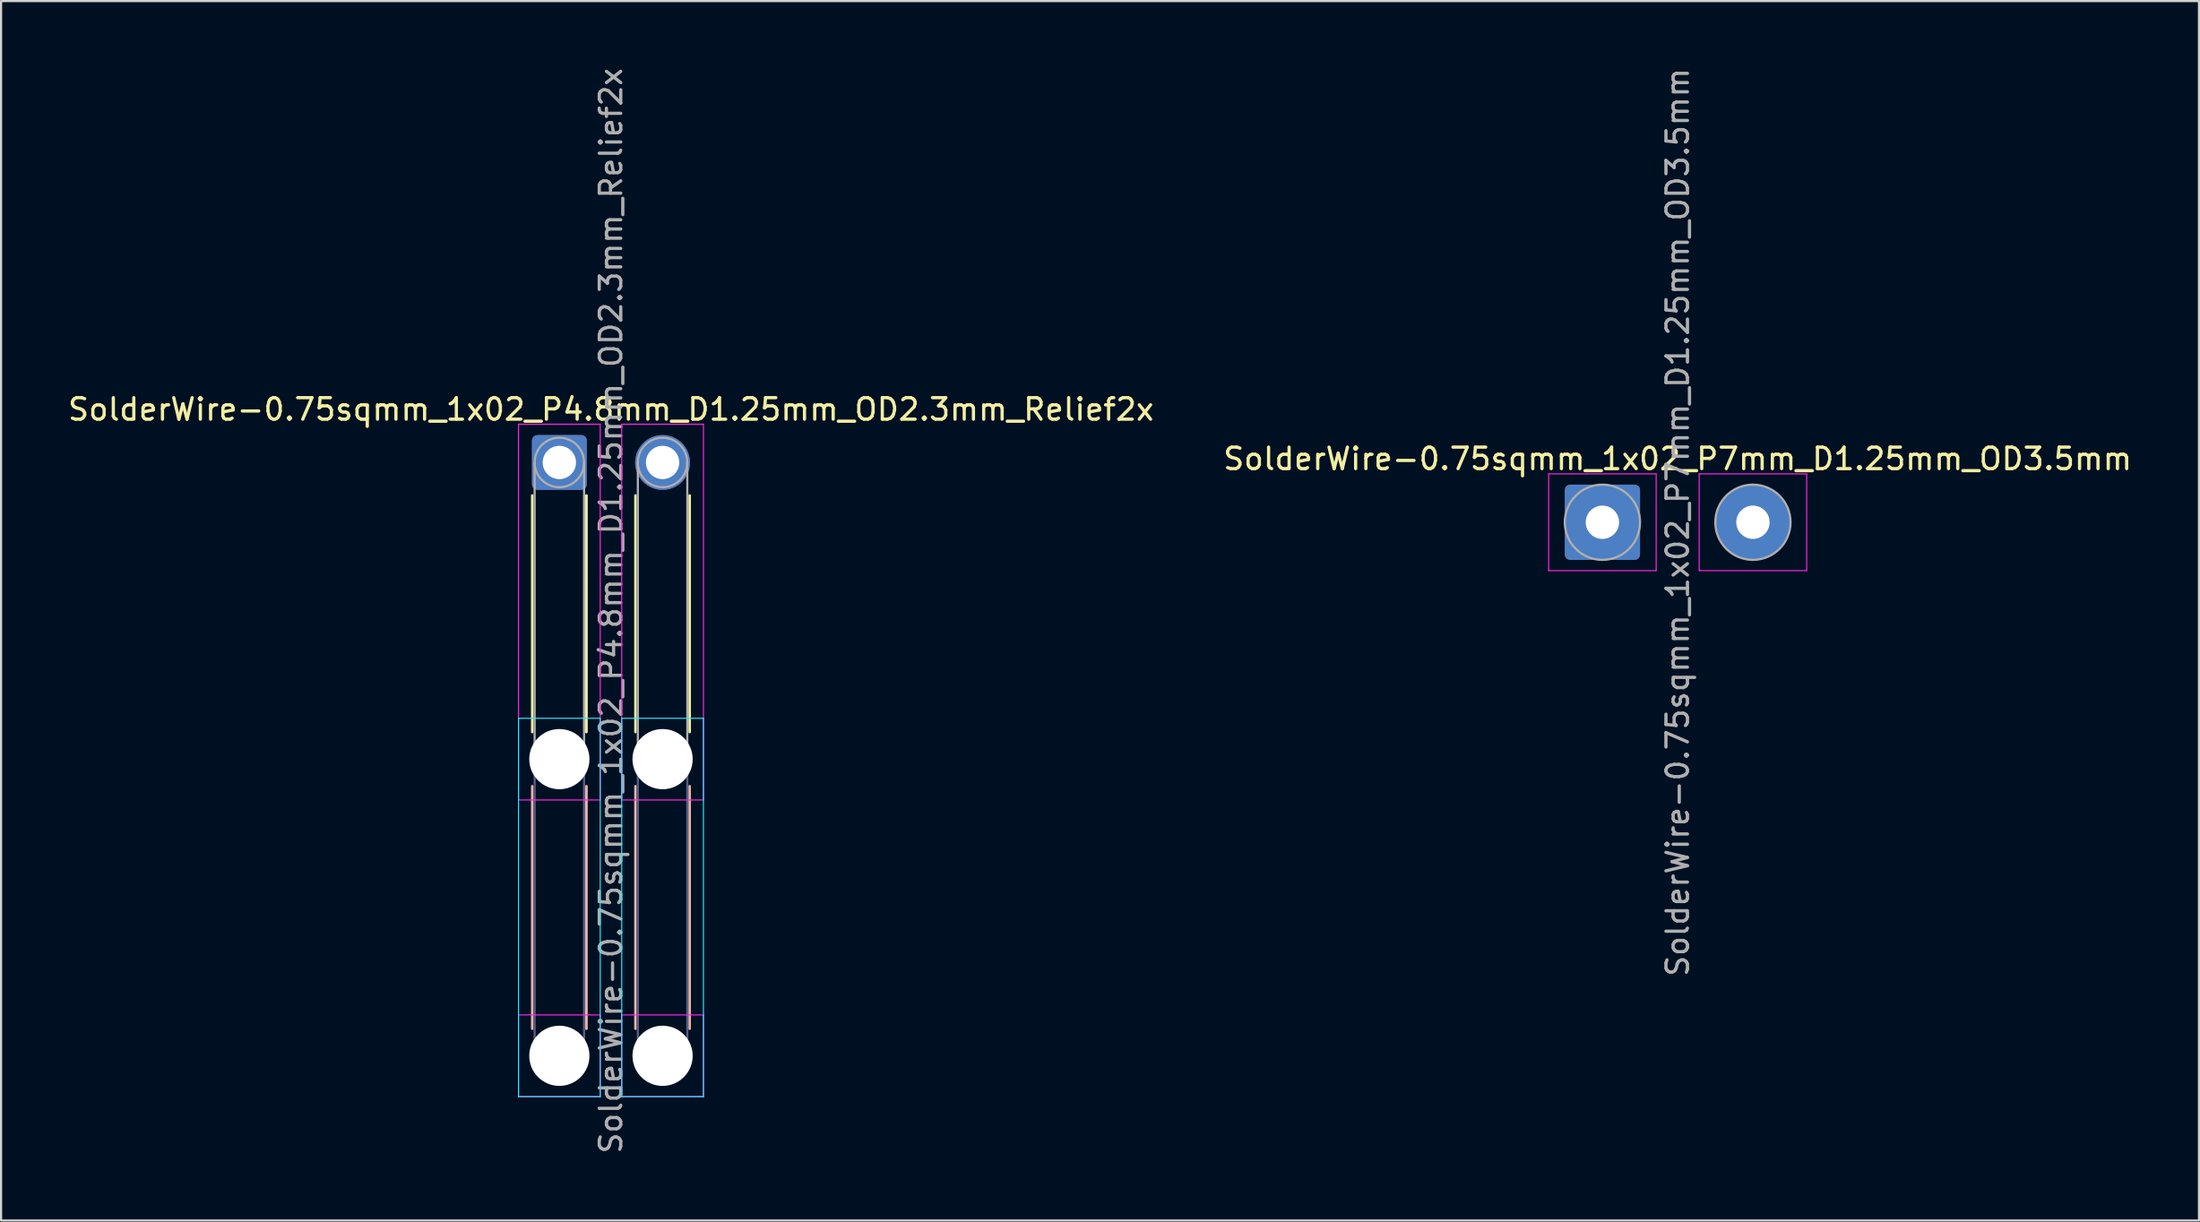
<source format=kicad_pcb>
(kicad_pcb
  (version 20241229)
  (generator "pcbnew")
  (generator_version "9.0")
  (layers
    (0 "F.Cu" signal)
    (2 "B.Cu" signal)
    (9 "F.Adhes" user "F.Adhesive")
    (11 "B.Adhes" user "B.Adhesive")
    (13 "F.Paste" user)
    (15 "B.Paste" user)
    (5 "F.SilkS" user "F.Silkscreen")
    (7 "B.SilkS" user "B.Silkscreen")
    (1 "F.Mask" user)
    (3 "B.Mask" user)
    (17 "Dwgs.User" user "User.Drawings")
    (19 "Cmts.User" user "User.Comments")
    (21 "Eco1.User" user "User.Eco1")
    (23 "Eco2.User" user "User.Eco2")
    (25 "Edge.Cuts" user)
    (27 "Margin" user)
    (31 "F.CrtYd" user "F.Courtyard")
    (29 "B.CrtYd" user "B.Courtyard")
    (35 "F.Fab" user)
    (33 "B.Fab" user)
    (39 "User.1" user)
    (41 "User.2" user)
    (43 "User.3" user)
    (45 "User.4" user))
  (footprint "SolderWire-0.75sqmm_1x02_P7mm_D1.25mm_OD3.5mm"
    (layer "F.Cu")
    (at 71.47 21.244)
    (property "Reference" "SolderWire-0.75sqmm_1x02_P7mm_D1.25mm_OD3.5mm" (at 3.5 -2.95 0) (layer "F.SilkS") (effects (font (size 1 1) (thickness 0.15))))
    (attr exclude_from_pos_files exclude_from_bom)
    (fp_line (start -2.5 -2.25) (end -2.5 2.25) (stroke (width 0.05) (type solid)) (layer "F.CrtYd"))
    (fp_line (start -2.5 2.25) (end 2.5 2.25) (stroke (width 0.05) (type solid)) (layer "F.CrtYd"))
    (fp_line (start 2.5 -2.25) (end -2.5 -2.25) (stroke (width 0.05) (type solid)) (layer "F.CrtYd"))
    (fp_line (start 2.5 2.25) (end 2.5 -2.25) (stroke (width 0.05) (type solid)) (layer "F.CrtYd"))
    (fp_line (start 4.5 -2.25) (end 4.5 2.25) (stroke (width 0.05) (type solid)) (layer "F.CrtYd"))
    (fp_line (start 4.5 2.25) (end 9.5 2.25) (stroke (width 0.05) (type solid)) (layer "F.CrtYd"))
    (fp_line (start 9.5 -2.25) (end 4.5 -2.25) (stroke (width 0.05) (type solid)) (layer "F.CrtYd"))
    (fp_line (start 9.5 2.25) (end 9.5 -2.25) (stroke (width 0.05) (type solid)) (layer "F.CrtYd"))
    (fp_circle (center 0 0) (end 1.75 0) (stroke (width 0.1) (type solid)) (fill no) (layer "F.Fab"))
    (fp_circle (center 7 0) (end 8.75 0) (stroke (width 0.1) (type solid)) (fill no) (layer "F.Fab"))
    (fp_text user "${REFERENCE}" (at 3.5 0 90) (layer "F.Fab") (effects (font (size 1 1) (thickness 0.15))))
    (pad "1" thru_hole roundrect (at 0 0) (size 3.5 3.5) (drill 1.55) (layers "*.Cu" "*.Mask") (roundrect_rratio 0.071))
    (pad "2" thru_hole circle (at 7 0) (size 3.5 3.5) (drill 1.55) (layers "*.Cu" "*.Mask")))
  (footprint "SolderWire-0.75sqmm_1x02_P4.8mm_D1.25mm_OD2.3mm_Relief2x"
    (layer "F.Cu")
    (at 22.963 18.463)
    (property "Reference" "SolderWire-0.75sqmm_1x02_P4.8mm_D1.25mm_OD2.3mm_Relief2x" (at 2.4 -2.47 0) (layer "F.SilkS") (effects (font (size 1 1) (thickness 0.15))))
    (attr exclude_from_pos_files exclude_from_bom)
    (fp_line (start -1.26 1.535) (end -1.26 12.54) (stroke (width 0.12) (type solid)) (layer "F.SilkS"))
    (fp_line (start 1.26 1.535) (end 1.26 12.54) (stroke (width 0.12) (type solid)) (layer "F.SilkS"))
    (fp_line (start 3.54 1.535) (end 3.54 12.54) (stroke (width 0.12) (type solid)) (layer "F.SilkS"))
    (fp_line (start 6.06 1.535) (end 6.06 12.54) (stroke (width 0.12) (type solid)) (layer "F.SilkS"))
    (fp_line (start -1.26 15.06) (end -1.26 26.34) (stroke (width 0.12) (type solid)) (layer "B.SilkS"))
    (fp_line (start 1.26 15.06) (end 1.26 26.34) (stroke (width 0.12) (type solid)) (layer "B.SilkS"))
    (fp_line (start 3.54 15.06) (end 3.54 26.34) (stroke (width 0.12) (type solid)) (layer "B.SilkS"))
    (fp_line (start 6.06 15.06) (end 6.06 26.34) (stroke (width 0.12) (type solid)) (layer "B.SilkS"))
    (fp_line (start -1.9 11.9) (end -1.9 29.5) (stroke (width 0.05) (type solid)) (layer "B.CrtYd"))
    (fp_line (start -1.9 29.5) (end 1.9 29.5) (stroke (width 0.05) (type solid)) (layer "B.CrtYd"))
    (fp_line (start 1.9 11.9) (end -1.9 11.9) (stroke (width 0.05) (type solid)) (layer "B.CrtYd"))
    (fp_line (start 1.9 29.5) (end 1.9 11.9) (stroke (width 0.05) (type solid)) (layer "B.CrtYd"))
    (fp_line (start 2.9 11.9) (end 2.9 29.5) (stroke (width 0.05) (type solid)) (layer "B.CrtYd"))
    (fp_line (start 2.9 29.5) (end 6.7 29.5) (stroke (width 0.05) (type solid)) (layer "B.CrtYd"))
    (fp_line (start 6.7 11.9) (end 2.9 11.9) (stroke (width 0.05) (type solid)) (layer "B.CrtYd"))
    (fp_line (start 6.7 29.5) (end 6.7 11.9) (stroke (width 0.05) (type solid)) (layer "B.CrtYd"))
    (fp_line (start -1.9 -1.78) (end -1.9 15.7) (stroke (width 0.05) (type solid)) (layer "F.CrtYd"))
    (fp_line (start -1.9 15.7) (end 1.9 15.7) (stroke (width 0.05) (type solid)) (layer "F.CrtYd"))
    (fp_line (start -1.9 25.7) (end -1.9 29.5) (stroke (width 0.05) (type solid)) (layer "F.CrtYd"))
    (fp_line (start -1.9 29.5) (end 1.9 29.5) (stroke (width 0.05) (type solid)) (layer "F.CrtYd"))
    (fp_line (start 1.9 -1.78) (end -1.9 -1.78) (stroke (width 0.05) (type solid)) (layer "F.CrtYd"))
    (fp_line (start 1.9 15.7) (end 1.9 -1.78) (stroke (width 0.05) (type solid)) (layer "F.CrtYd"))
    (fp_line (start 1.9 25.7) (end -1.9 25.7) (stroke (width 0.05) (type solid)) (layer "F.CrtYd"))
    (fp_line (start 1.9 29.5) (end 1.9 25.7) (stroke (width 0.05) (type solid)) (layer "F.CrtYd"))
    (fp_line (start 2.9 -1.78) (end 2.9 15.7) (stroke (width 0.05) (type solid)) (layer "F.CrtYd"))
    (fp_line (start 2.9 15.7) (end 6.7 15.7) (stroke (width 0.05) (type solid)) (layer "F.CrtYd"))
    (fp_line (start 2.9 25.7) (end 2.9 29.5) (stroke (width 0.05) (type solid)) (layer "F.CrtYd"))
    (fp_line (start 2.9 29.5) (end 6.7 29.5) (stroke (width 0.05) (type solid)) (layer "F.CrtYd"))
    (fp_line (start 6.7 -1.78) (end 2.9 -1.78) (stroke (width 0.05) (type solid)) (layer "F.CrtYd"))
    (fp_line (start 6.7 15.7) (end 6.7 -1.78) (stroke (width 0.05) (type solid)) (layer "F.CrtYd"))
    (fp_line (start 6.7 25.7) (end 2.9 25.7) (stroke (width 0.05) (type solid)) (layer "F.CrtYd"))
    (fp_line (start 6.7 29.5) (end 6.7 25.7) (stroke (width 0.05) (type solid)) (layer "F.CrtYd"))
    (fp_line (start -1.15 13.8) (end -1.15 27.6) (stroke (width 0.1) (type solid)) (layer "B.Fab"))
    (fp_line (start 1.15 13.8) (end 1.15 27.6) (stroke (width 0.1) (type solid)) (layer "B.Fab"))
    (fp_line (start 3.65 13.8) (end 3.65 27.6) (stroke (width 0.1) (type solid)) (layer "B.Fab"))
    (fp_line (start 5.95 13.8) (end 5.95 27.6) (stroke (width 0.1) (type solid)) (layer "B.Fab"))
    (fp_circle (center 0 13.8) (end 1.15 13.8) (stroke (width 0.1) (type solid)) (fill no) (layer "B.Fab"))
    (fp_circle (center 0 27.6) (end 1.15 27.6) (stroke (width 0.1) (type solid)) (fill no) (layer "B.Fab"))
    (fp_circle (center 4.8 13.8) (end 5.95 13.8) (stroke (width 0.1) (type solid)) (fill no) (layer "B.Fab"))
    (fp_circle (center 4.8 27.6) (end 5.95 27.6) (stroke (width 0.1) (type solid)) (fill no) (layer "B.Fab"))
    (fp_line (start -1.15 0) (end -1.15 13.8) (stroke (width 0.1) (type solid)) (layer "F.Fab"))
    (fp_line (start 1.15 0) (end 1.15 13.8) (stroke (width 0.1) (type solid)) (layer "F.Fab"))
    (fp_line (start 3.65 0) (end 3.65 13.8) (stroke (width 0.1) (type solid)) (layer "F.Fab"))
    (fp_line (start 5.95 0) (end 5.95 13.8) (stroke (width 0.1) (type solid)) (layer "F.Fab"))
    (fp_circle (center 0 0) (end 1.15 0) (stroke (width 0.1) (type solid)) (fill no) (layer "F.Fab"))
    (fp_circle (center 0 13.8) (end 1.15 13.8) (stroke (width 0.1) (type solid)) (fill no) (layer "F.Fab"))
    (fp_circle (center 0 27.6) (end 1.15 27.6) (stroke (width 0.1) (type solid)) (fill no) (layer "F.Fab"))
    (fp_circle (center 4.8 0) (end 5.95 0) (stroke (width 0.1) (type solid)) (fill no) (layer "F.Fab"))
    (fp_circle (center 4.8 13.8) (end 5.95 13.8) (stroke (width 0.1) (type solid)) (fill no) (layer "F.Fab"))
    (fp_circle (center 4.8 27.6) (end 5.95 27.6) (stroke (width 0.1) (type solid)) (fill no) (layer "F.Fab"))
    (fp_text user "${REFERENCE}" (at 2.4 6.9 90) (layer "F.Fab") (effects (font (size 1 1) (thickness 0.15))))
    (pad "" np_thru_hole circle (at 0 13.8) (size 2.8 2.8) (drill 2.8) (layers "*.Cu" "*.Mask"))
    (pad "" np_thru_hole circle (at 0 27.6) (size 2.8 2.8) (drill 2.8) (layers "*.Cu" "*.Mask"))
    (pad "" np_thru_hole circle (at 4.8 13.8) (size 2.8 2.8) (drill 2.8) (layers "*.Cu" "*.Mask"))
    (pad "" np_thru_hole circle (at 4.8 27.6) (size 2.8 2.8) (drill 2.8) (layers "*.Cu" "*.Mask"))
    (pad "1" thru_hole roundrect (at 0 0) (size 2.55 2.55) (drill 1.55) (layers "*.Cu" "*.Mask") (roundrect_rratio 0.098))
    (pad "2" thru_hole circle (at 4.8 0) (size 2.55 2.55) (drill 1.55) (layers "*.Cu" "*.Mask")))
  (gr_rect
    (start -3 -3)
    (end 99.214 53.726)
    (stroke (width 0.1) (type default))
    (fill no)
    (layer "Edge.Cuts")))
</source>
